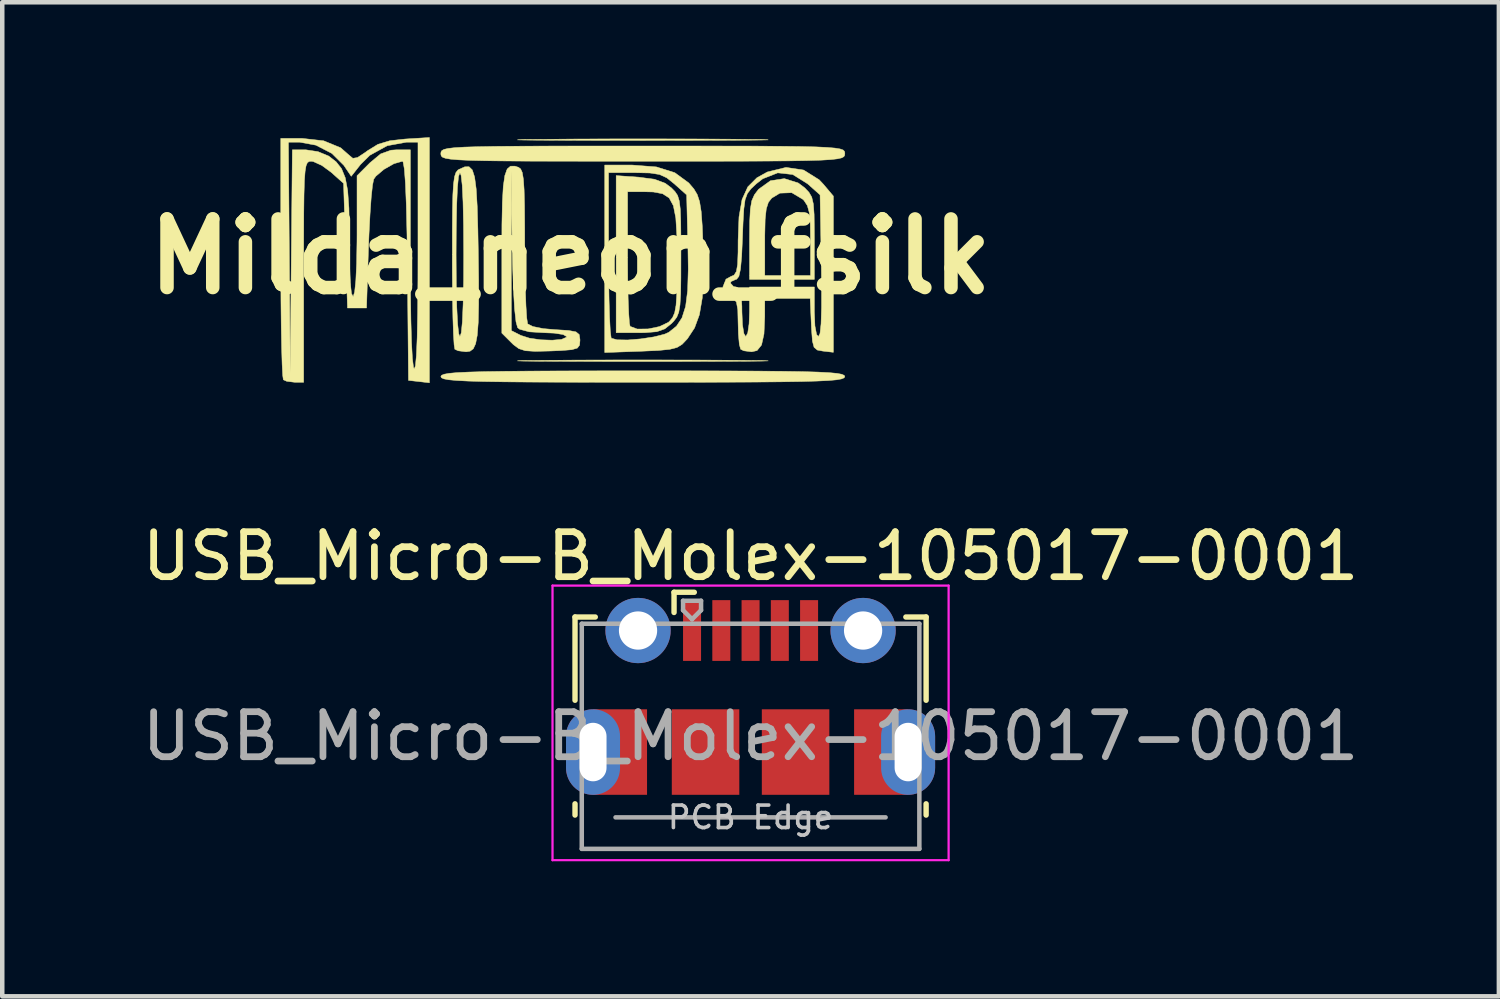
<source format=kicad_pcb>
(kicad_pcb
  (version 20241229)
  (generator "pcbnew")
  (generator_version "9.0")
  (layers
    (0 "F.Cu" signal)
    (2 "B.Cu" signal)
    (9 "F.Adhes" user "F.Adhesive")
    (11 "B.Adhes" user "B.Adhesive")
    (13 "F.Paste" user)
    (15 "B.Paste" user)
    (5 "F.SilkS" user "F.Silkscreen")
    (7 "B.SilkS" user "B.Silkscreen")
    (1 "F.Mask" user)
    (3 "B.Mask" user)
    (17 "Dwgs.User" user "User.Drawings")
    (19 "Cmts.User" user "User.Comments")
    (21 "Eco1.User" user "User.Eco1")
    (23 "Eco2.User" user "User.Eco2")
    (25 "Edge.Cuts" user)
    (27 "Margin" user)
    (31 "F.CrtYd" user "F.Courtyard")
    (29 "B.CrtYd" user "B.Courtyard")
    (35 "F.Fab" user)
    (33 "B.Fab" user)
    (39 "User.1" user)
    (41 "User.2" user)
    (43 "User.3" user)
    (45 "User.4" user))
  (footprint "Milda_neon_fsilk"
    (layer "F.Cu")
    (at 9.623 2.649)
    (property "Reference" "Milda_neon_fsilk" (at 0 0 0) (layer "F.SilkS") (effects (font (size 1.524 1.524) (thickness 0.3))))
    (attr through_hole)
    (fp_poly (pts (xy 2.837 -2.611) (xy 3.655 -2.606) (xy 3.873 -2.603) (xy 4.207 -2.599) (xy 4.378 -2.595) (xy 4.393 -2.591) (xy 4.258 -2.588) (xy 3.98 -2.585) (xy 3.567 -2.583) (xy 3.023 -2.581) (xy 2.357 -2.58) (xy 1.609 -2.579) (xy 0.83 -2.58) (xy 0.169 -2.581) (xy -0.369 -2.583) (xy -0.777 -2.585) (xy -1.049 -2.588) (xy -1.178 -2.591) (xy -1.157 -2.595) (xy -0.979 -2.599) (xy -0.656 -2.603) (xy 0.123 -2.61) (xy 1.007 -2.613) (xy 1.933 -2.613) (xy 2.837 -2.611)) (stroke (width 0.01) (type solid)) (fill yes) (layer "F.SilkS"))
    (fp_poly (pts (xy 2.837 2.3) (xy 3.655 2.305) (xy 3.873 2.307) (xy 4.207 2.312) (xy 4.378 2.316) (xy 4.393 2.319) (xy 4.258 2.323) (xy 3.98 2.326) (xy 3.567 2.328) (xy 3.023 2.33) (xy 2.357 2.331) (xy 1.609 2.331) (xy 0.83 2.331) (xy 0.169 2.33) (xy -0.369 2.328) (xy -0.777 2.326) (xy -1.049 2.323) (xy -1.178 2.319) (xy -1.157 2.315) (xy -0.979 2.311) (xy -0.656 2.307) (xy 0.123 2.301) (xy 1.007 2.298) (xy 1.933 2.298) (xy 2.837 2.3)) (stroke (width 0.01) (type solid)) (fill yes) (layer "F.SilkS"))
    (fp_poly (pts (xy 5.061 -1.634) (xy 5.205 -1.526) (xy 5.299 -1.427) (xy 5.361 -1.32) (xy 5.397 -1.167) (xy 5.414 -0.933) (xy 5.418 -0.579) (xy 5.419 -0.409) (xy 5.419 0.508) (xy 3.979 0.508) (xy 3.979 -0.368) (xy 4.318 -0.368) (xy 4.318 0.423) (xy 5.334 0.423) (xy 5.334 -0.339) (xy 5.329 -0.718) (xy 5.308 -0.969) (xy 5.264 -1.13) (xy 5.19 -1.244) (xy 5.165 -1.27) (xy 4.917 -1.418) (xy 4.654 -1.408) (xy 4.473 -1.299) (xy 4.398 -1.204) (xy 4.351 -1.058) (xy 4.326 -0.826) (xy 4.318 -0.469) (xy 4.318 -0.368) (xy 3.979 -0.368) (xy 3.979 -0.376) (xy 3.983 -0.781) (xy 3.997 -1.055) (xy 4.029 -1.239) (xy 4.087 -1.371) (xy 4.177 -1.491) (xy 4.18 -1.494) (xy 4.444 -1.684) (xy 4.753 -1.731) (xy 5.061 -1.634)) (stroke (width 0.01) (type solid)) (fill yes) (layer "F.SilkS"))
    (fp_poly (pts (xy 2.605 2.54) (xy 3.444 2.542) (xy 4.14 2.545) (xy 4.706 2.55) (xy 5.153 2.557) (xy 5.497 2.567) (xy 5.748 2.58) (xy 5.921 2.596) (xy 6.028 2.616) (xy 6.082 2.64) (xy 6.096 2.667) (xy 6.08 2.695) (xy 6.023 2.719) (xy 5.913 2.739) (xy 5.735 2.755) (xy 5.479 2.767) (xy 5.129 2.777) (xy 4.675 2.784) (xy 4.102 2.789) (xy 3.397 2.792) (xy 2.549 2.794) (xy 1.609 2.794) (xy 0.613 2.794) (xy -0.227 2.792) (xy -0.923 2.789) (xy -1.488 2.784) (xy -1.936 2.777) (xy -2.279 2.767) (xy -2.531 2.754) (xy -2.704 2.738) (xy -2.811 2.718) (xy -2.865 2.694) (xy -2.879 2.667) (xy -2.863 2.639) (xy -2.806 2.615) (xy -2.695 2.595) (xy -2.518 2.579) (xy -2.261 2.567) (xy -1.912 2.557) (xy -1.457 2.55) (xy -0.884 2.545) (xy -0.18 2.542) (xy 0.669 2.54) (xy 1.609 2.54) (xy 2.605 2.54)) (stroke (width 0.01) (type solid)) (fill yes) (layer "F.SilkS"))
    (fp_poly (pts (xy 1.523 -1.762) (xy 1.87 -1.716) (xy 2.107 -1.627) (xy 2.243 -1.525) (xy 2.323 -1.443) (xy 2.381 -1.356) (xy 2.418 -1.235) (xy 2.441 -1.05) (xy 2.451 -0.772) (xy 2.455 -0.374) (xy 2.455 -0.024) (xy 2.454 0.473) (xy 2.449 0.829) (xy 2.434 1.074) (xy 2.407 1.237) (xy 2.363 1.347) (xy 2.298 1.433) (xy 2.248 1.486) (xy 2.097 1.607) (xy 1.92 1.67) (xy 1.655 1.692) (xy 1.528 1.693) (xy 1.016 1.693) (xy 1.016 -1.439) (xy 1.27 -1.439) (xy 1.27 0.028) (xy 1.273 0.51) (xy 1.282 0.933) (xy 1.295 1.266) (xy 1.311 1.483) (xy 1.326 1.552) (xy 1.483 1.611) (xy 1.724 1.609) (xy 1.979 1.556) (xy 2.176 1.462) (xy 2.201 1.439) (xy 2.269 1.357) (xy 2.316 1.249) (xy 2.346 1.085) (xy 2.363 0.836) (xy 2.369 0.47) (xy 2.371 0.085) (xy 2.365 -0.459) (xy 2.341 -0.856) (xy 2.287 -1.129) (xy 2.193 -1.302) (xy 2.048 -1.395) (xy 1.842 -1.434) (xy 1.651 -1.439) (xy 1.27 -1.439) (xy 1.016 -1.439) (xy 1.016 -1.798) (xy 1.523 -1.762)) (stroke (width 0.01) (type solid)) (fill yes) (layer "F.SilkS"))
    (fp_poly (pts (xy 2.594 -2.455) (xy 3.423 -2.454) (xy 4.11 -2.453) (xy 4.668 -2.449) (xy 5.11 -2.444) (xy 5.45 -2.436) (xy 5.701 -2.424) (xy 5.877 -2.409) (xy 5.991 -2.39) (xy 6.057 -2.367) (xy 6.087 -2.338) (xy 6.096 -2.303) (xy 6.096 -2.286) (xy 6.093 -2.249) (xy 6.074 -2.218) (xy 6.026 -2.192) (xy 5.935 -2.171) (xy 5.789 -2.154) (xy 5.573 -2.141) (xy 5.275 -2.132) (xy 4.88 -2.125) (xy 4.376 -2.121) (xy 3.749 -2.118) (xy 2.986 -2.117) (xy 2.072 -2.117) (xy 1.609 -2.117) (xy 0.623 -2.117) (xy -0.206 -2.118) (xy -0.893 -2.119) (xy -1.451 -2.123) (xy -1.893 -2.128) (xy -2.233 -2.136) (xy -2.484 -2.148) (xy -2.66 -2.163) (xy -2.774 -2.182) (xy -2.839 -2.205) (xy -2.87 -2.234) (xy -2.878 -2.269) (xy -2.879 -2.286) (xy -2.875 -2.323) (xy -2.856 -2.354) (xy -2.808 -2.38) (xy -2.718 -2.401) (xy -2.572 -2.418) (xy -2.356 -2.431) (xy -2.058 -2.44) (xy -1.663 -2.447) (xy -1.159 -2.451) (xy -0.532 -2.454) (xy 0.232 -2.455) (xy 1.145 -2.455) (xy 1.609 -2.455) (xy 2.594 -2.455)) (stroke (width 0.01) (type solid)) (fill yes) (layer "F.SilkS"))
    (fp_poly (pts (xy 1.376 -2.032) (xy 1.909 -1.991) (xy 2.319 -1.862) (xy 2.629 -1.635) (xy 2.743 -1.501) (xy 2.817 -1.377) (xy 2.869 -1.221) (xy 2.905 -0.998) (xy 2.929 -0.676) (xy 2.947 -0.22) (xy 2.948 -0.188) (xy 2.955 0.436) (xy 2.929 0.92) (xy 2.865 1.294) (xy 2.758 1.585) (xy 2.603 1.821) (xy 2.587 1.84) (xy 2.482 1.95) (xy 2.369 2.02) (xy 2.206 2.062) (xy 1.955 2.087) (xy 1.575 2.104) (xy 1.574 2.104) (xy 0.762 2.133) (xy 0.762 -1.863) (xy 0.847 -1.863) (xy 0.847 -0.056) (xy 0.85 0.481) (xy 0.858 0.961) (xy 0.87 1.358) (xy 0.885 1.645) (xy 0.903 1.798) (xy 0.91 1.815) (xy 1.035 1.85) (xy 1.271 1.854) (xy 1.561 1.83) (xy 1.852 1.786) (xy 2.089 1.726) (xy 2.185 1.684) (xy 2.356 1.547) (xy 2.478 1.363) (xy 2.559 1.108) (xy 2.604 0.755) (xy 2.618 0.28) (xy 2.611 -0.185) (xy 2.582 -1.369) (xy 2.306 -1.616) (xy 2.14 -1.749) (xy 1.978 -1.823) (xy 1.762 -1.856) (xy 1.438 -1.863) (xy 0.847 -1.863) (xy 0.762 -1.863) (xy 0.762 -2.032) (xy 1.376 -2.032)) (stroke (width 0.01) (type solid)) (fill yes) (layer "F.SilkS"))
    (fp_poly (pts (xy -2.18 -1.924) (xy -2.129 -1.766) (xy -2.094 -1.503) (xy -2.071 -1.116) (xy -2.056 -0.59) (xy -2.048 -0.151) (xy -2.039 0.531) (xy -2.039 1.063) (xy -2.048 1.462) (xy -2.07 1.748) (xy -2.106 1.937) (xy -2.158 2.05) (xy -2.23 2.103) (xy -2.318 2.117) (xy -2.494 2.094) (xy -2.568 2.06) (xy -2.584 1.963) (xy -2.599 1.721) (xy -2.611 1.359) (xy -2.619 0.901) (xy -2.624 0.373) (xy -2.625 0.074) (xy -2.624 -0.042) (xy -2.54 -0.042) (xy -2.536 0.609) (xy -2.525 1.125) (xy -2.506 1.498) (xy -2.481 1.718) (xy -2.455 1.778) (xy -2.425 1.695) (xy -2.401 1.451) (xy -2.384 1.057) (xy -2.373 0.519) (xy -2.371 -0.042) (xy -2.375 -0.694) (xy -2.386 -1.21) (xy -2.404 -1.583) (xy -2.429 -1.803) (xy -2.455 -1.863) (xy -2.486 -1.78) (xy -2.51 -1.536) (xy -2.527 -1.141) (xy -2.537 -0.604) (xy -2.54 -0.042) (xy -2.624 -0.042) (xy -2.624 -0.55) (xy -2.62 -1.025) (xy -2.612 -1.373) (xy -2.597 -1.615) (xy -2.575 -1.773) (xy -2.543 -1.868) (xy -2.501 -1.92) (xy -2.472 -1.938) (xy -2.347 -1.993) (xy -2.252 -1.994) (xy -2.18 -1.924)) (stroke (width 0.01) (type solid)) (fill yes) (layer "F.SilkS"))
    (fp_poly (pts (xy -1.154 -1.982) (xy -1.106 -1.946) (xy -1.07 -1.866) (xy -1.045 -1.718) (xy -1.029 -1.482) (xy -1.02 -1.134) (xy -1.016 -0.654) (xy -1.015 -0.266) (xy -1.011 0.252) (xy -1.002 0.715) (xy -0.988 1.094) (xy -0.971 1.363) (xy -0.951 1.493) (xy -0.949 1.498) (xy -0.835 1.555) (xy -0.602 1.602) (xy -0.336 1.625) (xy -0.041 1.643) (xy 0.123 1.674) (xy 0.195 1.733) (xy 0.211 1.837) (xy 0.212 1.863) (xy 0.203 1.969) (xy 0.154 2.034) (xy 0.03 2.07) (xy -0.204 2.089) (xy -0.445 2.099) (xy -0.784 2.107) (xy -1.002 2.093) (xy -1.147 2.046) (xy -1.267 1.957) (xy -1.313 1.912) (xy -1.524 1.701) (xy -1.524 -0.07) (xy -1.522 -0.712) (xy -1.512 -1.203) (xy -1.492 -1.559) (xy -1.457 -1.8) (xy -1.419 -1.905) (xy -1.318 -1.905) (xy -1.315 -0.129) (xy -1.312 1.646) (xy -1.101 1.753) (xy -0.91 1.814) (xy -0.66 1.85) (xy -0.405 1.859) (xy -0.197 1.841) (xy -0.09 1.794) (xy -0.085 1.778) (xy -0.162 1.733) (xy -0.362 1.702) (xy -0.582 1.693) (xy -0.915 1.673) (xy -1.127 1.616) (xy -1.173 1.581) (xy -1.209 1.452) (xy -1.241 1.165) (xy -1.266 0.733) (xy -1.285 0.167) (xy -1.292 -0.218) (xy -1.318 -1.905) (xy -1.419 -1.905) (xy -1.405 -1.944) (xy -1.332 -2.007) (xy -1.235 -2.008) (xy -1.154 -1.982)) (stroke (width 0.01) (type solid)) (fill yes) (layer "F.SilkS"))
    (fp_poly (pts (xy 5.181 -1.921) (xy 5.526 -1.705) (xy 5.624 -1.601) (xy 5.842 -1.342) (xy 5.842 2.128) (xy 5.609 2.101) (xy 5.485 2.078) (xy 5.413 2.017) (xy 5.376 1.88) (xy 5.357 1.627) (xy 5.351 1.503) (xy 5.326 0.931) (xy 4.318 0.931) (xy 4.317 1.333) (xy 4.3 1.721) (xy 4.246 1.965) (xy 4.146 2.089) (xy 4.026 2.117) (xy 3.852 2.094) (xy 3.782 2.06) (xy 3.752 1.952) (xy 3.732 1.726) (xy 3.725 1.477) (xy 3.718 1.182) (xy 3.688 1.015) (xy 3.624 0.933) (xy 3.556 0.907) (xy 3.413 0.793) (xy 3.387 0.677) (xy 3.42 0.593) (xy 3.556 0.593) (xy 3.625 0.668) (xy 3.683 0.677) (xy 3.754 0.714) (xy 3.794 0.845) (xy 3.809 1.103) (xy 3.81 1.228) (xy 3.822 1.515) (xy 3.854 1.712) (xy 3.895 1.778) (xy 3.939 1.7) (xy 3.969 1.494) (xy 3.979 1.228) (xy 3.979 0.677) (xy 5.419 0.677) (xy 5.419 1.228) (xy 5.432 1.542) (xy 5.469 1.732) (xy 5.51 1.778) (xy 5.545 1.708) (xy 5.568 1.495) (xy 5.579 1.131) (xy 5.579 0.609) (xy 5.574 0.205) (xy 5.546 -1.369) (xy 5.269 -1.616) (xy 4.939 -1.822) (xy 4.605 -1.859) (xy 4.273 -1.728) (xy 4.13 -1.617) (xy 4.011 -1.505) (xy 3.931 -1.4) (xy 3.881 -1.264) (xy 3.853 -1.061) (xy 3.835 -0.754) (xy 3.823 -0.432) (xy 3.804 -0.002) (xy 3.778 0.281) (xy 3.742 0.442) (xy 3.692 0.505) (xy 3.674 0.508) (xy 3.567 0.557) (xy 3.556 0.593) (xy 3.42 0.593) (xy 3.456 0.503) (xy 3.556 0.448) (xy 3.637 0.411) (xy 3.687 0.331) (xy 3.714 0.173) (xy 3.724 -0.098) (xy 3.725 -0.357) (xy 3.745 -0.881) (xy 3.813 -1.268) (xy 3.941 -1.548) (xy 4.142 -1.749) (xy 4.374 -1.878) (xy 4.79 -1.98) (xy 5.181 -1.921)) (stroke (width 0.01) (type solid)) (fill yes) (layer "F.SilkS"))
    (fp_poly (pts (xy -3.133 2.805) (xy -3.365 2.778) (xy -3.598 2.752) (xy -3.621 0.318) (xy -3.631 -0.492) (xy -3.646 -1.14) (xy -3.666 -1.626) (xy -3.69 -1.947) (xy -3.718 -2.102) (xy -3.731 -2.117) (xy -3.92 -2.063) (xy -4.144 -1.936) (xy -4.323 -1.784) (xy -4.37 -1.718) (xy -4.397 -1.584) (xy -4.426 -1.314) (xy -4.452 -0.94) (xy -4.475 -0.495) (xy -4.486 -0.212) (xy -4.53 1.143) (xy -4.953 1.143) (xy -4.997 -0.241) (xy -5.04 -1.625) (xy -5.315 -1.871) (xy -5.524 -2.024) (xy -5.713 -2.11) (xy -5.759 -2.117) (xy -5.807 -2.111) (xy -5.845 -2.083) (xy -5.874 -2.014) (xy -5.895 -1.887) (xy -5.91 -1.682) (xy -5.919 -1.381) (xy -5.924 -0.968) (xy -5.926 -0.423) (xy -5.927 0.272) (xy -5.927 0.339) (xy -5.927 2.794) (xy -6.124 2.794) (xy -6.302 2.772) (xy -6.378 2.738) (xy -6.392 2.642) (xy -6.405 2.398) (xy -6.416 2.026) (xy -6.425 1.548) (xy -6.431 0.983) (xy -6.434 0.353) (xy -6.435 0.028) (xy -6.435 -2.54) (xy -6.265 -2.54) (xy -6.245 0.021) (xy -6.226 2.582) (xy -6.178 -2.371) (xy -5.88 -2.371) (xy -5.608 -2.33) (xy -5.37 -2.232) (xy -5.369 -2.231) (xy -5.205 -2.104) (xy -5.085 -1.952) (xy -5.002 -1.748) (xy -4.949 -1.465) (xy -4.921 -1.077) (xy -4.911 -0.555) (xy -4.911 -0.338) (xy -4.905 0.203) (xy -4.89 0.591) (xy -4.864 0.822) (xy -4.828 0.89) (xy -4.826 0.889) (xy -4.794 0.786) (xy -4.768 0.536) (xy -4.75 0.159) (xy -4.742 -0.322) (xy -4.741 -0.479) (xy -4.741 -1.795) (xy -4.453 -2.083) (xy -4.216 -2.28) (xy -3.988 -2.362) (xy -3.861 -2.371) (xy -3.556 -2.371) (xy -3.556 0.037) (xy -3.553 0.791) (xy -3.544 1.42) (xy -3.53 1.913) (xy -3.511 2.263) (xy -3.487 2.459) (xy -3.471 2.498) (xy -3.444 2.432) (xy -3.422 2.199) (xy -3.405 1.801) (xy -3.394 1.24) (xy -3.388 0.519) (xy -3.387 0.005) (xy -3.387 -2.54) (xy -3.643 -2.54) (xy -4.07 -2.462) (xy -4.457 -2.249) (xy -4.664 -2.044) (xy -4.87 -1.782) (xy -5.034 -2.026) (xy -5.299 -2.29) (xy -5.655 -2.474) (xy -6.014 -2.54) (xy -6.265 -2.54) (xy -6.435 -2.54) (xy -6.435 -2.625) (xy -5.965 -2.625) (xy -5.482 -2.571) (xy -5.105 -2.416) (xy -4.917 -2.251) (xy -4.834 -2.182) (xy -4.73 -2.199) (xy -4.558 -2.313) (xy -4.511 -2.348) (xy -4.278 -2.492) (xy -4.01 -2.573) (xy -3.673 -2.61) (xy -3.133 -2.644) (xy -3.133 2.805)) (stroke (width 0.01) (type solid)) (fill yes) (layer "F.SilkS")))
  (footprint "USB_Micro-B_Molex-105017-0001"
    (layer "F.Cu")
    (at 13.625 12.42)
    (property "Reference" "USB_Micro-B_Molex-105017-0001" (at 0 -3.112 0) (layer "F.SilkS") (effects (font (size 1 1) (thickness 0.15))))
    (attr smd)
    (fp_line (start -3.9 -1.762) (end -3.45 -1.762) (stroke (width 0.12) (type solid)) (layer "F.SilkS"))
    (fp_line (start -3.9 0.087) (end -3.9 -1.762) (stroke (width 0.12) (type solid)) (layer "F.SilkS"))
    (fp_line (start -3.9 2.638) (end -3.9 2.388) (stroke (width 0.12) (type solid)) (layer "F.SilkS"))
    (fp_line (start -1.7 -2.312) (end -1.7 -1.863) (stroke (width 0.12) (type solid)) (layer "F.SilkS"))
    (fp_line (start -1.7 -2.312) (end -1.25 -2.312) (stroke (width 0.12) (type solid)) (layer "F.SilkS"))
    (fp_line (start 3.9 -1.762) (end 3.45 -1.762) (stroke (width 0.12) (type solid)) (layer "F.SilkS"))
    (fp_line (start 3.9 0.087) (end 3.9 -1.762) (stroke (width 0.12) (type solid)) (layer "F.SilkS"))
    (fp_line (start 3.9 2.638) (end 3.9 2.388) (stroke (width 0.12) (type solid)) (layer "F.SilkS"))
    (fp_line (start -4.4 -2.46) (end 4.4 -2.46) (stroke (width 0.05) (type solid)) (layer "F.CrtYd"))
    (fp_line (start -4.4 3.64) (end -4.4 -2.46) (stroke (width 0.05) (type solid)) (layer "F.CrtYd"))
    (fp_line (start -4.4 3.64) (end 4.4 3.64) (stroke (width 0.05) (type solid)) (layer "F.CrtYd"))
    (fp_line (start 4.4 -2.46) (end 4.4 3.64) (stroke (width 0.05) (type solid)) (layer "F.CrtYd"))
    (fp_line (start -3.75 -1.613) (end 3.75 -1.613) (stroke (width 0.1) (type solid)) (layer "F.Fab"))
    (fp_line (start -3.75 3.388) (end -3.75 -1.613) (stroke (width 0.1) (type solid)) (layer "F.Fab"))
    (fp_line (start -3.75 3.389) (end 3.75 3.389) (stroke (width 0.1) (type solid)) (layer "F.Fab"))
    (fp_line (start -3 2.689) (end 3 2.689) (stroke (width 0.1) (type solid)) (layer "F.Fab"))
    (fp_line (start -1.5 -2.123) (end -1.5 -1.913) (stroke (width 0.1) (type solid)) (layer "F.Fab"))
    (fp_line (start -1.5 -2.123) (end -1.1 -2.123) (stroke (width 0.1) (type solid)) (layer "F.Fab"))
    (fp_line (start -1.3 -1.712) (end -1.5 -1.913) (stroke (width 0.1) (type solid)) (layer "F.Fab"))
    (fp_line (start -1.1 -2.123) (end -1.1 -1.913) (stroke (width 0.1) (type solid)) (layer "F.Fab"))
    (fp_line (start -1.1 -1.913) (end -1.3 -1.712) (stroke (width 0.1) (type solid)) (layer "F.Fab"))
    (fp_line (start 3.75 3.388) (end 3.75 -1.613) (stroke (width 0.1) (type solid)) (layer "F.Fab"))
    (fp_text user "PCB Edge" (at 0 2.688 0) (layer "Dwgs.User") (effects (font (size 0.5 0.5) (thickness 0.08))))
    (fp_text user "${REFERENCE}" (at 0 0.887 0) (layer "F.Fab") (effects (font (size 1 1) (thickness 0.15))))
    (pad "1" smd rect (at -1.3 -1.462) (size 0.4 1.35) (layers "F.Cu" "F.Mask" "F.Paste"))
    (pad "2" smd rect (at -0.65 -1.462) (size 0.4 1.35) (layers "F.Cu" "F.Mask" "F.Paste"))
    (pad "3" smd rect (at 0 -1.462) (size 0.4 1.35) (layers "F.Cu" "F.Mask" "F.Paste"))
    (pad "4" smd rect (at 0.65 -1.462) (size 0.4 1.35) (layers "F.Cu" "F.Mask" "F.Paste"))
    (pad "5" smd rect (at 1.3 -1.462) (size 0.4 1.35) (layers "F.Cu" "F.Mask" "F.Paste"))
    (pad "6" thru_hole oval (at -3.5 1.238 180) (size 1.2 1.9) (drill oval 0.6 1.3) (layers "*.Cu" "*.Mask"))
    (pad "6" smd rect (at -2.9 1.238) (size 1.2 1.9) (layers "F.Cu" "F.Mask"))
    (pad "6" thru_hole circle (at -2.5 -1.462) (size 1.45 1.45) (drill 0.85) (layers "*.Cu" "*.Mask"))
    (pad "6" smd rect (at -1 1.238) (size 1.5 1.9) (layers "F.Cu" "F.Mask" "F.Paste"))
    (pad "6" smd rect (at 1 1.238) (size 1.5 1.9) (layers "F.Cu" "F.Mask" "F.Paste"))
    (pad "6" thru_hole circle (at 2.5 -1.462) (size 1.45 1.45) (drill 0.85) (layers "*.Cu" "*.Mask"))
    (pad "6" smd rect (at 2.9 1.238) (size 1.2 1.9) (layers "F.Cu" "F.Mask"))
    (pad "6" thru_hole oval (at 3.5 1.238) (size 1.2 1.9) (drill oval 0.6 1.3) (layers "*.Cu" "*.Mask")))
  (gr_rect
    (start -3 -3)
    (end 30.25 19.085)
    (stroke (width 0.1) (type default))
    (fill no)
    (layer "Edge.Cuts")))
</source>
